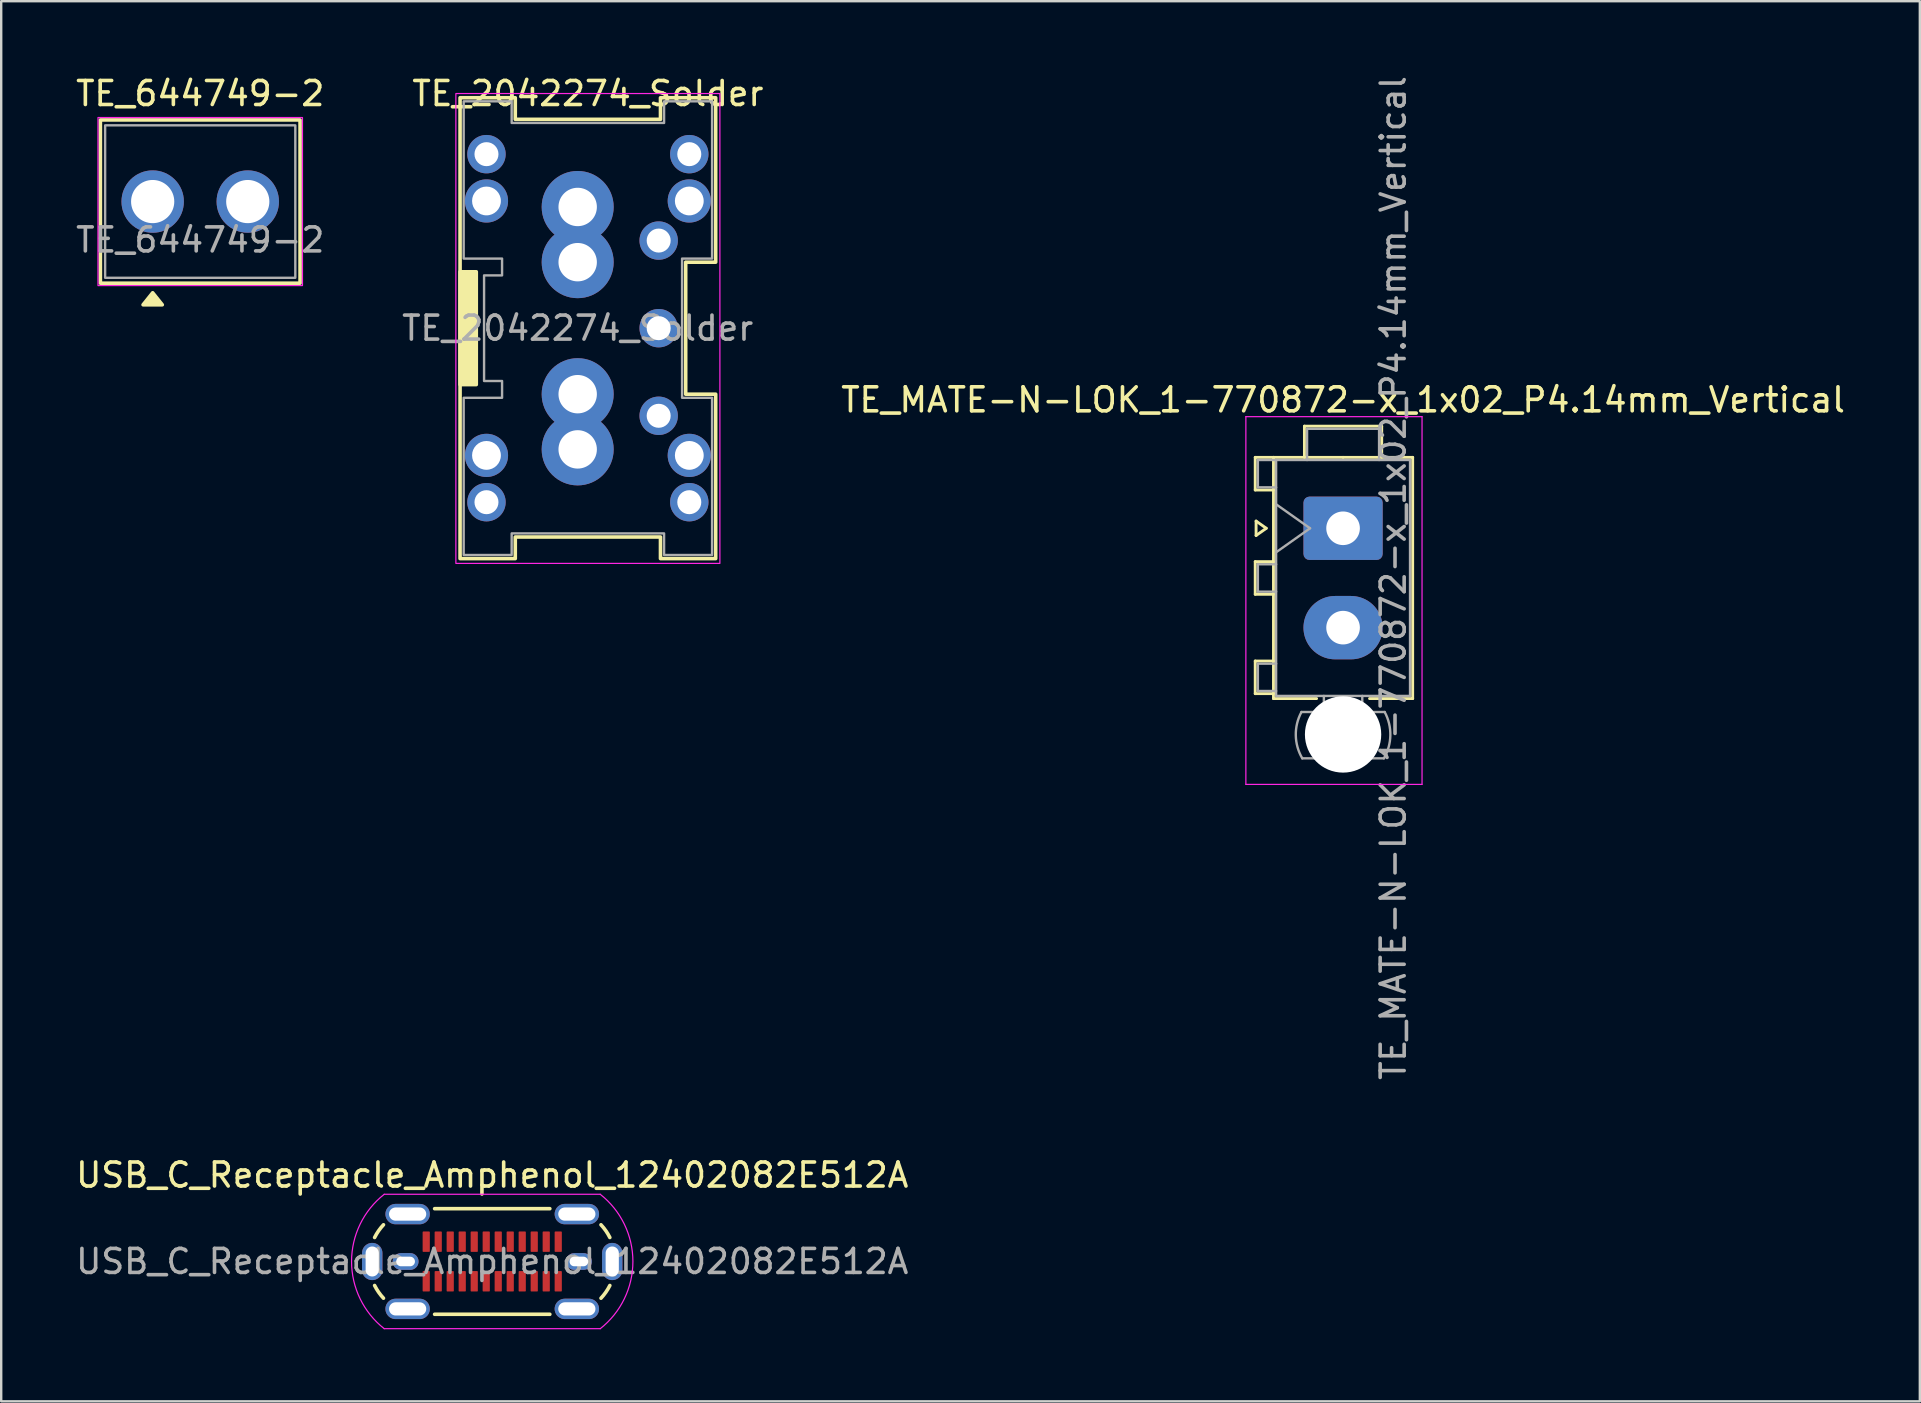
<source format=kicad_pcb>
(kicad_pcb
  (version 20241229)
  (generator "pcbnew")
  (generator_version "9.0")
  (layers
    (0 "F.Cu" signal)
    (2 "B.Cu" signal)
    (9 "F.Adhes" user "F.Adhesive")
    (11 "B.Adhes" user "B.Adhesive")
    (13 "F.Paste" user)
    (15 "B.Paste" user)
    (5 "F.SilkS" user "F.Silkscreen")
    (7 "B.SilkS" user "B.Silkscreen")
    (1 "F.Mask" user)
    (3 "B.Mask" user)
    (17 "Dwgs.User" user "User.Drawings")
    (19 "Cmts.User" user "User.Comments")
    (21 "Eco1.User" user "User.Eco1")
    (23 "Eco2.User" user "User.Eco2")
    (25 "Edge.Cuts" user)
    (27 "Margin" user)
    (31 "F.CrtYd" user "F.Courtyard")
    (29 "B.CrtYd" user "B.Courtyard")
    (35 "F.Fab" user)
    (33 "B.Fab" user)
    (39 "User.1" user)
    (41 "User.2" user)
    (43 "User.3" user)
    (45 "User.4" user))
  (footprint "TE_2042274_Solder"
    (layer "F.Cu")
    (at 21.018 10.623)
    (property "Reference" "TE_2042274_Solder" (at 0.425 -9.775 0) (layer "F.SilkS") (effects (font (size 1 1) (thickness 0.15))))
    (attr through_hole)
    (fp_rect (start -4.9 -2.35) (end -4.225 2.35) (stroke (width 0.15) (type default)) (fill yes) (layer "F.SilkS"))
    (fp_poly (pts (xy -4.9 -9.6) (xy -2.6 -9.6) (xy -2.6 -8.7) (xy 3.45 -8.7) (xy 3.45 -9.6) (xy 5.75 -9.6) (xy 5.75 -2.75) (xy 4.5 -2.75) (xy 4.5 2.75) (xy 5.75 2.75) (xy 5.75 9.6) (xy 3.45 9.6) (xy 3.45 8.7) (xy -2.6 8.7) (xy -2.6 9.6) (xy -4.9 9.6)) (stroke (width 0.15) (type solid)) (fill no) (layer "F.SilkS"))
    (fp_rect (start -5.075 -9.775) (end 5.925 9.8) (stroke (width 0.05) (type default)) (fill no) (layer "F.CrtYd"))
    (fp_poly (pts (xy 5.6 9.45) (xy 5.6 2.9) (xy 4.35 2.9) (xy 4.35 -2.9) (xy 5.6 -2.9) (xy 5.6 -9.45) (xy 3.6 -9.45) (xy 3.6 -8.55) (xy -2.75 -8.55) (xy -2.75 -9.45) (xy -4.75 -9.45) (xy -4.75 -2.9) (xy -3.15 -2.9) (xy -3.15 -2.2) (xy -3.9 -2.2) (xy -3.9 2.2) (xy -3.15 2.2) (xy -3.15 2.9) (xy -4.75 2.9) (xy -4.75 9.45) (xy -2.75 9.45) (xy -2.75 8.55) (xy 3.6 8.55) (xy 3.6 9.45)) (stroke (width 0.1) (type solid)) (fill no) (layer "F.Fab"))
    (fp_text user "${REFERENCE}" (at 0 0 0) (layer "F.Fab") (effects (font (size 1 1) (thickness 0.15))))
    (pad "1" thru_hole circle (at 0 2.75) (size 3 3) (drill 1.6) (layers "*.Cu" "*.Mask"))
    (pad "1" thru_hole circle (at 0 5.05) (size 3 3) (drill 1.6) (layers "*.Cu" "*.Mask"))
    (pad "2" thru_hole circle (at 0 -5.05) (size 3 3) (drill 1.6) (layers "*.Cu" "*.Mask"))
    (pad "2" thru_hole circle (at 0 -2.75) (size 3 3) (drill 1.6) (layers "*.Cu" "*.Mask"))
    (pad "3" thru_hole circle (at 3.375 3.65) (size 1.6 1.6) (drill 1) (layers "*.Cu" "*.Mask"))
    (pad "4" thru_hole circle (at 3.375 0) (size 1.6 1.6) (drill 1) (layers "*.Cu" "*.Mask"))
    (pad "5" thru_hole circle (at 3.375 -3.65) (size 1.6 1.6) (drill 1) (layers "*.Cu" "*.Mask"))
    (pad "M" thru_hole circle (at -3.8 -7.25) (size 1.6 1.6) (drill 1) (layers "*.Cu" "*.Mask"))
    (pad "M" thru_hole circle (at -3.8 -5.3) (size 1.8 1.8) (drill 1.2) (layers "*.Cu" "*.Mask"))
    (pad "M" thru_hole circle (at -3.8 5.3) (size 1.8 1.8) (drill 1.2) (layers "*.Cu" "*.Mask"))
    (pad "M" thru_hole circle (at -3.8 7.25) (size 1.6 1.6) (drill 1) (layers "*.Cu" "*.Mask"))
    (pad "M" thru_hole circle (at 4.65 -7.25) (size 1.6 1.6) (drill 1) (layers "*.Cu" "*.Mask"))
    (pad "M" thru_hole circle (at 4.65 -5.3) (size 1.8 1.8) (drill 1.2) (layers "*.Cu" "*.Mask"))
    (pad "M" thru_hole circle (at 4.65 5.3) (size 1.8 1.8) (drill 1.2) (layers "*.Cu" "*.Mask"))
    (pad "M" thru_hole circle (at 4.65 7.25) (size 1.6 1.6) (drill 1) (layers "*.Cu" "*.Mask")))
  (footprint "TE_644749-2"
    (layer "F.Cu")
    (at 5.292 5.348)
    (property "Reference" "TE_644749-2" (at 0 -4.5 0) (layer "F.SilkS") (effects (font (size 1 1) (thickness 0.15))))
    (attr through_hole)
    (fp_rect (start -4.16 -3.4) (end 4.16 3.4) (stroke (width 0.15) (type default)) (fill no) (layer "F.SilkS"))
    (fp_poly (pts (xy -1.981 3.8) (xy -1.581 4.3) (xy -2.381 4.3)) (stroke (width 0.15) (type solid)) (fill yes) (layer "F.SilkS"))
    (fp_rect (start -4.26 -3.5) (end 4.26 3.5) (stroke (width 0.05) (type default)) (fill no) (layer "F.CrtYd"))
    (fp_rect (start -3.962 -3.175) (end 3.962 3.175) (stroke (width 0.1) (type default)) (fill no) (layer "F.Fab"))
    (fp_text user "${REFERENCE}" (at 0 1.6 0) (layer "F.Fab") (effects (font (size 1 1) (thickness 0.15))))
    (pad "1" thru_hole circle (at -1.981 0) (size 2.6 2.6) (drill 1.8) (layers "*.Cu" "*.Mask"))
    (pad "2" thru_hole circle (at 1.981 0) (size 2.6 2.6) (drill 1.8) (layers "*.Cu" "*.Mask")))
  (footprint "USB_C_Receptacle_Amphenol_12402082E512A"
    (layer "F.Cu")
    (at 17.458 49.508)
    (property "Reference" "USB_C_Receptacle_Amphenol_12402082E512A" (at 0 -3.6 0) (unlocked yes) (layer "F.SilkS") (effects (font (size 1 1) (thickness 0.15))))
    (attr smd)
    (fp_line (start -2.4 -2.2) (end 2.4 -2.2) (stroke (width 0.15) (type default)) (layer "F.SilkS"))
    (fp_line (start -2.4 2.2) (end 2.4 2.2) (stroke (width 0.15) (type default)) (layer "F.SilkS"))
    (fp_arc (start -4.9 -1) (mid -4.734837 -1.278035) (end -4.531295 -1.529339) (stroke (width 0.15) (type default)) (layer "F.SilkS"))
    (fp_arc (start -4.531295 1.529339) (mid -4.734837 1.278035) (end -4.9 1) (stroke (width 0.15) (type default)) (layer "F.SilkS"))
    (fp_arc (start 4.531295 -1.529339) (mid 4.734837 -1.278035) (end 4.9 -1) (stroke (width 0.15) (type default)) (layer "F.SilkS"))
    (fp_arc (start 4.9 1) (mid 4.734837 1.278035) (end 4.531295 1.529339) (stroke (width 0.15) (type default)) (layer "F.SilkS"))
    (fp_line (start -4.5 -2.8) (end 4.5 -2.8) (stroke (width 0.05) (type default)) (layer "F.CrtYd"))
    (fp_line (start 4.5 2.8) (end -4.5 2.8) (stroke (width 0.05) (type default)) (layer "F.CrtYd"))
    (fp_arc (start -4.5 2.8) (mid -5.860898 0) (end -4.5 -2.8) (stroke (width 0.05) (type default)) (layer "F.CrtYd"))
    (fp_arc (start 4.5 -2.8) (mid 5.860899 0) (end 4.5 2.8) (stroke (width 0.05) (type default)) (layer "F.CrtYd"))
    (fp_text user "${REFERENCE}" (at 0 0 0) (unlocked yes) (layer "F.Fab") (effects (font (size 1 1) (thickness 0.15))))
    (pad "A1" smd roundrect (at -2.75 -0.825) (size 0.3 0.85) (layers "F.Cu" "F.Mask" "F.Paste") (roundrect_rratio 0.1))
    (pad "A2" smd roundrect (at -2.25 -0.825) (size 0.3 0.85) (layers "F.Cu" "F.Mask" "F.Paste") (roundrect_rratio 0.1))
    (pad "A3" smd roundrect (at -1.75 -0.825) (size 0.3 0.85) (layers "F.Cu" "F.Mask" "F.Paste") (roundrect_rratio 0.1))
    (pad "A4" smd roundrect (at -1.25 -0.825) (size 0.3 0.85) (layers "F.Cu" "F.Mask" "F.Paste") (roundrect_rratio 0.1))
    (pad "A5" smd roundrect (at -0.75 -0.825) (size 0.3 0.85) (layers "F.Cu" "F.Mask" "F.Paste") (roundrect_rratio 0.1))
    (pad "A6" smd roundrect (at -0.25 -0.825) (size 0.3 0.85) (layers "F.Cu" "F.Mask" "F.Paste") (roundrect_rratio 0.1))
    (pad "A7" smd roundrect (at 0.25 -0.825) (size 0.3 0.85) (layers "F.Cu" "F.Mask" "F.Paste") (roundrect_rratio 0.1))
    (pad "A8" smd roundrect (at 0.75 -0.825) (size 0.3 0.85) (layers "F.Cu" "F.Mask" "F.Paste") (roundrect_rratio 0.1))
    (pad "A9" smd roundrect (at 1.25 -0.825) (size 0.3 0.85) (layers "F.Cu" "F.Mask" "F.Paste") (roundrect_rratio 0.1))
    (pad "A10" smd roundrect (at 1.75 -0.825) (size 0.3 0.85) (layers "F.Cu" "F.Mask" "F.Paste") (roundrect_rratio 0.1))
    (pad "A11" smd roundrect (at 2.25 -0.825) (size 0.3 0.85) (layers "F.Cu" "F.Mask" "F.Paste") (roundrect_rratio 0.1))
    (pad "A12" smd roundrect (at 2.75 -0.825) (size 0.3 0.85) (layers "F.Cu" "F.Mask" "F.Paste") (roundrect_rratio 0.1))
    (pad "B1" smd roundrect (at 2.75 0.825 180) (size 0.3 0.85) (layers "F.Cu" "F.Mask" "F.Paste") (roundrect_rratio 0.1))
    (pad "B2" smd roundrect (at 2.25 0.825 180) (size 0.3 0.85) (layers "F.Cu" "F.Mask" "F.Paste") (roundrect_rratio 0.1))
    (pad "B3" smd roundrect (at 1.75 0.825 180) (size 0.3 0.85) (layers "F.Cu" "F.Mask" "F.Paste") (roundrect_rratio 0.1))
    (pad "B4" smd roundrect (at 1.25 0.825 180) (size 0.3 0.85) (layers "F.Cu" "F.Mask" "F.Paste") (roundrect_rratio 0.1))
    (pad "B5" smd roundrect (at 0.75 0.825 180) (size 0.3 0.85) (layers "F.Cu" "F.Mask" "F.Paste") (roundrect_rratio 0.1))
    (pad "B6" smd roundrect (at 0.25 0.825 180) (size 0.3 0.85) (layers "F.Cu" "F.Mask" "F.Paste") (roundrect_rratio 0.1))
    (pad "B7" smd roundrect (at -0.25 0.825 180) (size 0.3 0.85) (layers "F.Cu" "F.Mask" "F.Paste") (roundrect_rratio 0.1))
    (pad "B8" smd roundrect (at -0.75 0.825 180) (size 0.3 0.85) (layers "F.Cu" "F.Mask" "F.Paste") (roundrect_rratio 0.1))
    (pad "B9" smd roundrect (at -1.25 0.825 180) (size 0.3 0.85) (layers "F.Cu" "F.Mask" "F.Paste") (roundrect_rratio 0.1))
    (pad "B10" smd roundrect (at -1.75 0.825 180) (size 0.3 0.85) (layers "F.Cu" "F.Mask" "F.Paste") (roundrect_rratio 0.1))
    (pad "B11" smd roundrect (at -2.25 0.825 180) (size 0.3 0.85) (layers "F.Cu" "F.Mask" "F.Paste") (roundrect_rratio 0.1))
    (pad "B12" smd roundrect (at -2.75 0.825 180) (size 0.3 0.85) (layers "F.Cu" "F.Mask" "F.Paste") (roundrect_rratio 0.1))
    (pad "S1" thru_hole oval (at -5 0 90) (size 1.55 0.85) (drill oval 1.25 0.55) (layers "*.Cu" "F.Mask" "F.Paste"))
    (pad "S1" thru_hole oval (at -3.61 0) (size 1.08 0.7) (drill oval 0.78 0.4) (layers "*.Cu" "F.Mask" "F.Paste"))
    (pad "S1" thru_hole oval (at -3.525 -1.975) (size 1.85 0.85) (drill oval 1.55 0.55) (layers "*.Cu" "F.Mask" "F.Paste"))
    (pad "S1" thru_hole oval (at -3.525 1.975) (size 1.85 0.85) (drill oval 1.55 0.55) (layers "*.Cu" "F.Mask" "F.Paste"))
    (pad "S1" thru_hole oval (at 3.525 -1.975) (size 1.85 0.85) (drill oval 1.55 0.55) (layers "*.Cu" "F.Mask" "F.Paste"))
    (pad "S1" thru_hole oval (at 3.525 1.975) (size 1.85 0.85) (drill oval 1.55 0.55) (layers "*.Cu" "F.Mask" "F.Paste"))
    (pad "S1" thru_hole oval (at 3.61 0) (size 1.08 0.7) (drill oval 0.78 0.4) (layers "*.Cu" "F.Mask" "F.Paste"))
    (pad "S1" thru_hole oval (at 5 0 90) (size 1.55 0.85) (drill oval 1.25 0.55) (layers "*.Cu" "F.Mask" "F.Paste")))
  (footprint "TE_MATE-N-LOK_1-770872-x_1x02_P4.14mm_Vertical"
    (layer "F.Cu")
    (at 52.907 18.96)
    (property "Reference" "TE_MATE-N-LOK_1-770872-x_1x02_P4.14mm_Vertical" (at 0 -5.35 0) (layer "F.SilkS") (effects (font (size 1 1) (thickness 0.15))))
    (attr through_hole)
    (fp_line (start -3.66 -2.955) (end -3.66 -1.595) (stroke (width 0.12) (type solid)) (layer "F.SilkS"))
    (fp_line (start -3.66 -1.595) (end -2.9 -1.595) (stroke (width 0.12) (type solid)) (layer "F.SilkS"))
    (fp_line (start -3.66 1.39) (end -3.66 2.75) (stroke (width 0.12) (type solid)) (layer "F.SilkS"))
    (fp_line (start -3.66 2.75) (end -2.9 2.75) (stroke (width 0.12) (type solid)) (layer "F.SilkS"))
    (fp_line (start -3.66 5.53) (end -3.66 6.89) (stroke (width 0.12) (type solid)) (layer "F.SilkS"))
    (fp_line (start -3.66 6.89) (end -2.9 6.89) (stroke (width 0.12) (type solid)) (layer "F.SilkS"))
    (fp_line (start -3.624 -0.3) (end -3.2 0) (stroke (width 0.12) (type solid)) (layer "F.SilkS"))
    (fp_line (start -3.624 0.3) (end -3.624 -0.3) (stroke (width 0.12) (type solid)) (layer "F.SilkS"))
    (fp_line (start -3.2 0) (end -3.624 0.3) (stroke (width 0.12) (type solid)) (layer "F.SilkS"))
    (fp_line (start -2.9 -2.955) (end -3.66 -2.955) (stroke (width 0.12) (type solid)) (layer "F.SilkS"))
    (fp_line (start -2.9 -2.955) (end -2.9 7.095) (stroke (width 0.12) (type solid)) (layer "F.SilkS"))
    (fp_line (start -2.9 1.39) (end -3.66 1.39) (stroke (width 0.12) (type solid)) (layer "F.SilkS"))
    (fp_line (start -2.9 5.53) (end -3.66 5.53) (stroke (width 0.12) (type solid)) (layer "F.SilkS"))
    (fp_line (start -2.9 7.095) (end -1.103 7.095) (stroke (width 0.12) (type solid)) (layer "F.SilkS"))
    (fp_line (start -1.61 -4.255) (end 1.61 -4.255) (stroke (width 0.12) (type solid)) (layer "F.SilkS"))
    (fp_line (start -1.61 -2.955) (end -1.61 -4.255) (stroke (width 0.12) (type solid)) (layer "F.SilkS"))
    (fp_line (start 0 -2.955) (end -2.9 -2.955) (stroke (width 0.12) (type solid)) (layer "F.SilkS"))
    (fp_line (start 0 -2.955) (end 2.9 -2.955) (stroke (width 0.12) (type solid)) (layer "F.SilkS"))
    (fp_line (start 1.61 -4.255) (end 1.61 -2.955) (stroke (width 0.12) (type solid)) (layer "F.SilkS"))
    (fp_line (start 2.9 -2.955) (end 2.9 7.095) (stroke (width 0.12) (type solid)) (layer "F.SilkS"))
    (fp_line (start 2.9 7.095) (end 1.103 7.095) (stroke (width 0.12) (type solid)) (layer "F.SilkS"))
    (fp_line (start -4.05 -4.65) (end -4.05 10.67) (stroke (width 0.05) (type solid)) (layer "F.CrtYd"))
    (fp_line (start -4.05 10.67) (end 3.29 10.67) (stroke (width 0.05) (type solid)) (layer "F.CrtYd"))
    (fp_line (start 3.29 -4.65) (end -4.05 -4.65) (stroke (width 0.05) (type solid)) (layer "F.CrtYd"))
    (fp_line (start 3.29 10.67) (end 3.29 -4.65) (stroke (width 0.05) (type solid)) (layer "F.CrtYd"))
    (fp_line (start -3.55 -2.845) (end -3.55 -1.705) (stroke (width 0.1) (type solid)) (layer "F.Fab"))
    (fp_line (start -3.55 -1.705) (end -2.79 -1.705) (stroke (width 0.1) (type solid)) (layer "F.Fab"))
    (fp_line (start -3.55 1.5) (end -3.55 2.64) (stroke (width 0.1) (type solid)) (layer "F.Fab"))
    (fp_line (start -3.55 2.64) (end -2.79 2.64) (stroke (width 0.1) (type solid)) (layer "F.Fab"))
    (fp_line (start -3.55 5.64) (end -3.55 6.78) (stroke (width 0.1) (type solid)) (layer "F.Fab"))
    (fp_line (start -3.55 6.78) (end -2.79 6.78) (stroke (width 0.1) (type solid)) (layer "F.Fab"))
    (fp_line (start -2.79 -2.845) (end -3.55 -2.845) (stroke (width 0.1) (type solid)) (layer "F.Fab"))
    (fp_line (start -2.79 -2.845) (end -2.79 6.985) (stroke (width 0.1) (type solid)) (layer "F.Fab"))
    (fp_line (start -2.79 -1) (end -1.376 0) (stroke (width 0.1) (type solid)) (layer "F.Fab"))
    (fp_line (start -2.79 1.5) (end -3.55 1.5) (stroke (width 0.1) (type solid)) (layer "F.Fab"))
    (fp_line (start -2.79 5.64) (end -3.55 5.64) (stroke (width 0.1) (type solid)) (layer "F.Fab"))
    (fp_line (start -2.79 6.985) (end 2.79 6.985) (stroke (width 0.1) (type solid)) (layer "F.Fab"))
    (fp_line (start -1.5 -4.145) (end 1.5 -4.145) (stroke (width 0.1) (type solid)) (layer "F.Fab"))
    (fp_line (start -1.5 -2.845) (end -1.5 -4.145) (stroke (width 0.1) (type solid)) (layer "F.Fab"))
    (fp_line (start -1.376 0) (end -2.79 1) (stroke (width 0.1) (type solid)) (layer "F.Fab"))
    (fp_line (start -0.8 6.985) (end -0.8 7.655) (stroke (width 0.1) (type solid)) (layer "F.Fab"))
    (fp_line (start 0.8 6.985) (end 0.8 7.655) (stroke (width 0.1) (type solid)) (layer "F.Fab"))
    (fp_line (start 1.5 -4.145) (end 1.5 -2.845) (stroke (width 0.1) (type solid)) (layer "F.Fab"))
    (fp_line (start 1.7 9.586) (end -1.7 9.586) (stroke (width 0.1) (type solid)) (layer "F.Fab"))
    (fp_line (start 1.734 7.655) (end -1.734 7.655) (stroke (width 0.1) (type solid)) (layer "F.Fab"))
    (fp_line (start 2.79 -2.845) (end -2.79 -2.845) (stroke (width 0.1) (type solid)) (layer "F.Fab"))
    (fp_line (start 2.79 6.985) (end 2.79 -2.845) (stroke (width 0.1) (type solid)) (layer "F.Fab"))
    (fp_arc (start -1.699672 9.586) (mid -1.969689 8.624992) (end -1.733977 7.655) (stroke (width 0.1) (type solid)) (layer "F.Fab"))
    (fp_arc (start 1.733977 7.655) (mid 1.96969 8.624992) (end 1.699672 9.586) (stroke (width 0.1) (type solid)) (layer "F.Fab"))
    (fp_text user "${REFERENCE}" (at 2.09 2.07 90) (layer "F.Fab") (effects (font (size 1 1) (thickness 0.15))))
    (pad "" np_thru_hole circle (at 0 8.59) (size 3.18 3.18) (drill 3.18) (layers "*.Cu" "*.Mask"))
    (pad "1" thru_hole roundrect (at 0 0) (size 3.3 2.64) (drill 1.4) (layers "*.Cu" "*.Mask") (roundrect_rratio 0.095))
    (pad "2" thru_hole oval (at 0 4.14) (size 3.3 2.64) (drill 1.4) (layers "*.Cu" "*.Mask")))
  (gr_rect
    (start -3 -3)
    (end 76.937 55.333)
    (stroke (width 0.1) (type default))
    (fill no)
    (layer "Edge.Cuts")))
</source>
